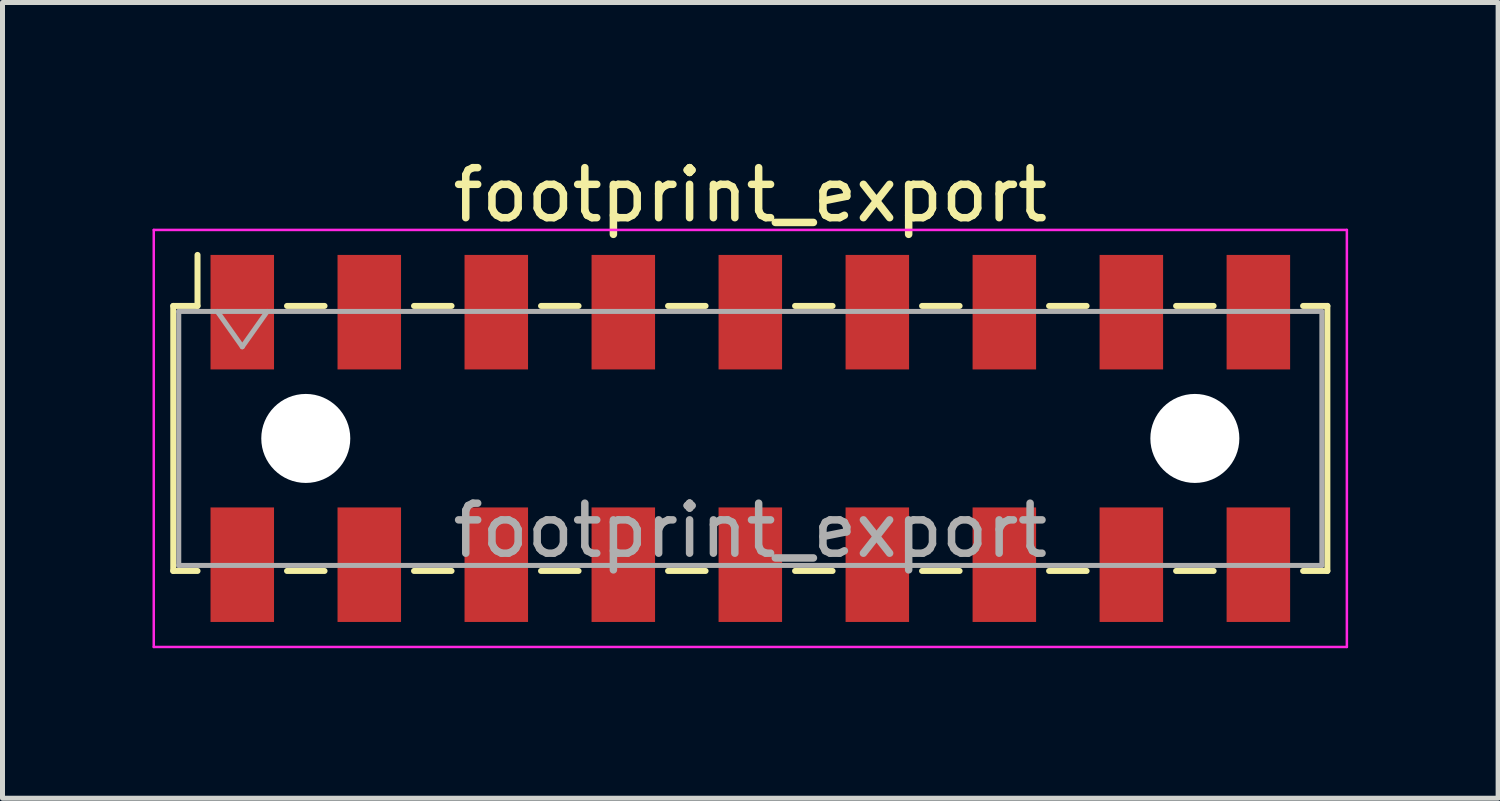
<source format=kicad_pcb>
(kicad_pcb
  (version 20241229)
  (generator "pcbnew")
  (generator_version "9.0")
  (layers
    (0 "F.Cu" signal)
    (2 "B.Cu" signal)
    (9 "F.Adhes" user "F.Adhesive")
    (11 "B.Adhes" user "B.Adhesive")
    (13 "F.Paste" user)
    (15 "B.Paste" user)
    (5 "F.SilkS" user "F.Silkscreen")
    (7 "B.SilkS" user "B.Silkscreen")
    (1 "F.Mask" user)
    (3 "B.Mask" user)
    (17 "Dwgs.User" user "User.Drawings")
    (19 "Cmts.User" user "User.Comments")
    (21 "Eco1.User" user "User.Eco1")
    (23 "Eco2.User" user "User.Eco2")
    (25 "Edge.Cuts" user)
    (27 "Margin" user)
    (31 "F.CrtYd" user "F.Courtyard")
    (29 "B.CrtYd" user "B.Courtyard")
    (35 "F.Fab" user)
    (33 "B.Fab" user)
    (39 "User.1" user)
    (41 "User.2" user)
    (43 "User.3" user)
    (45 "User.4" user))
  (footprint "footprint_export"
    (layer "F.Cu")
    (at 11.955 5.718)
    (property "Reference" "footprint_export" (at 0 -4.87 0) (layer "F.SilkS") (effects (font (size 1 1) (thickness 0.15))))
    (attr smd)
    (fp_line (start -11.54 -2.65) (end -11.54 2.65) (stroke (width 0.12) (type solid)) (layer "F.SilkS"))
    (fp_line (start -11.54 2.65) (end -11.055 2.65) (stroke (width 0.12) (type solid)) (layer "F.SilkS"))
    (fp_line (start -11.055 -3.67) (end -11.055 -2.65) (stroke (width 0.12) (type solid)) (layer "F.SilkS"))
    (fp_line (start -11.055 -2.65) (end -11.54 -2.65) (stroke (width 0.12) (type solid)) (layer "F.SilkS"))
    (fp_line (start -9.265 -2.65) (end -8.515 -2.65) (stroke (width 0.12) (type solid)) (layer "F.SilkS"))
    (fp_line (start -9.265 2.65) (end -8.515 2.65) (stroke (width 0.12) (type solid)) (layer "F.SilkS"))
    (fp_line (start -6.725 -2.65) (end -5.975 -2.65) (stroke (width 0.12) (type solid)) (layer "F.SilkS"))
    (fp_line (start -6.725 2.65) (end -5.975 2.65) (stroke (width 0.12) (type solid)) (layer "F.SilkS"))
    (fp_line (start -4.185 -2.65) (end -3.435 -2.65) (stroke (width 0.12) (type solid)) (layer "F.SilkS"))
    (fp_line (start -4.185 2.65) (end -3.435 2.65) (stroke (width 0.12) (type solid)) (layer "F.SilkS"))
    (fp_line (start -1.645 -2.65) (end -0.895 -2.65) (stroke (width 0.12) (type solid)) (layer "F.SilkS"))
    (fp_line (start -1.645 2.65) (end -0.895 2.65) (stroke (width 0.12) (type solid)) (layer "F.SilkS"))
    (fp_line (start 0.895 -2.65) (end 1.645 -2.65) (stroke (width 0.12) (type solid)) (layer "F.SilkS"))
    (fp_line (start 0.895 2.65) (end 1.645 2.65) (stroke (width 0.12) (type solid)) (layer "F.SilkS"))
    (fp_line (start 3.435 -2.65) (end 4.185 -2.65) (stroke (width 0.12) (type solid)) (layer "F.SilkS"))
    (fp_line (start 3.435 2.65) (end 4.185 2.65) (stroke (width 0.12) (type solid)) (layer "F.SilkS"))
    (fp_line (start 5.975 -2.65) (end 6.725 -2.65) (stroke (width 0.12) (type solid)) (layer "F.SilkS"))
    (fp_line (start 5.975 2.65) (end 6.725 2.65) (stroke (width 0.12) (type solid)) (layer "F.SilkS"))
    (fp_line (start 8.515 -2.65) (end 9.265 -2.65) (stroke (width 0.12) (type solid)) (layer "F.SilkS"))
    (fp_line (start 8.515 2.65) (end 9.265 2.65) (stroke (width 0.12) (type solid)) (layer "F.SilkS"))
    (fp_line (start 11.055 -2.65) (end 11.54 -2.65) (stroke (width 0.12) (type solid)) (layer "F.SilkS"))
    (fp_line (start 11.54 -2.65) (end 11.54 2.65) (stroke (width 0.12) (type solid)) (layer "F.SilkS"))
    (fp_line (start 11.54 2.65) (end 11.055 2.65) (stroke (width 0.12) (type solid)) (layer "F.SilkS"))
    (fp_line (start -11.93 -4.17) (end 11.93 -4.17) (stroke (width 0.05) (type solid)) (layer "F.CrtYd"))
    (fp_line (start -11.93 4.17) (end -11.93 -4.17) (stroke (width 0.05) (type solid)) (layer "F.CrtYd"))
    (fp_line (start 11.93 -4.17) (end 11.93 4.17) (stroke (width 0.05) (type solid)) (layer "F.CrtYd"))
    (fp_line (start 11.93 4.17) (end -11.93 4.17) (stroke (width 0.05) (type solid)) (layer "F.CrtYd"))
    (fp_line (start -11.43 -2.54) (end 11.43 -2.54) (stroke (width 0.1) (type solid)) (layer "F.Fab"))
    (fp_line (start -11.43 2.54) (end -11.43 -2.54) (stroke (width 0.1) (type solid)) (layer "F.Fab"))
    (fp_line (start -10.66 -2.54) (end -10.16 -1.833) (stroke (width 0.1) (type solid)) (layer "F.Fab"))
    (fp_line (start -10.16 -1.833) (end -9.66 -2.54) (stroke (width 0.1) (type solid)) (layer "F.Fab"))
    (fp_line (start 11.43 -2.54) (end 11.43 2.54) (stroke (width 0.1) (type solid)) (layer "F.Fab"))
    (fp_line (start 11.43 2.54) (end -11.43 2.54) (stroke (width 0.1) (type solid)) (layer "F.Fab"))
    (fp_text user "${REFERENCE}" (at 0 1.84 0) (layer "F.Fab") (effects (font (size 1 1) (thickness 0.15))))
    (pad "" np_thru_hole circle (at -8.89 0) (size 1.78 1.78) (drill 1.78) (layers "*.Cu" "*.Mask"))
    (pad "" np_thru_hole circle (at 8.89 0) (size 1.78 1.78) (drill 1.78) (layers "*.Cu" "*.Mask"))
    (pad "1" smd rect (at -10.16 -2.525) (size 1.27 2.29) (layers "F.Cu" "F.Mask" "F.Paste"))
    (pad "2" smd rect (at -10.16 2.525) (size 1.27 2.29) (layers "F.Cu" "F.Mask" "F.Paste"))
    (pad "3" smd rect (at -7.62 -2.525) (size 1.27 2.29) (layers "F.Cu" "F.Mask" "F.Paste"))
    (pad "4" smd rect (at -7.62 2.525) (size 1.27 2.29) (layers "F.Cu" "F.Mask" "F.Paste"))
    (pad "5" smd rect (at -5.08 -2.525) (size 1.27 2.29) (layers "F.Cu" "F.Mask" "F.Paste"))
    (pad "6" smd rect (at -5.08 2.525) (size 1.27 2.29) (layers "F.Cu" "F.Mask" "F.Paste"))
    (pad "7" smd rect (at -2.54 -2.525) (size 1.27 2.29) (layers "F.Cu" "F.Mask" "F.Paste"))
    (pad "8" smd rect (at -2.54 2.525) (size 1.27 2.29) (layers "F.Cu" "F.Mask" "F.Paste"))
    (pad "9" smd rect (at 0 -2.525) (size 1.27 2.29) (layers "F.Cu" "F.Mask" "F.Paste"))
    (pad "10" smd rect (at 0 2.525) (size 1.27 2.29) (layers "F.Cu" "F.Mask" "F.Paste"))
    (pad "11" smd rect (at 2.54 -2.525) (size 1.27 2.29) (layers "F.Cu" "F.Mask" "F.Paste"))
    (pad "12" smd rect (at 2.54 2.525) (size 1.27 2.29) (layers "F.Cu" "F.Mask" "F.Paste"))
    (pad "13" smd rect (at 5.08 -2.525) (size 1.27 2.29) (layers "F.Cu" "F.Mask" "F.Paste"))
    (pad "14" smd rect (at 5.08 2.525) (size 1.27 2.29) (layers "F.Cu" "F.Mask" "F.Paste"))
    (pad "15" smd rect (at 7.62 -2.525) (size 1.27 2.29) (layers "F.Cu" "F.Mask" "F.Paste"))
    (pad "16" smd rect (at 7.62 2.525) (size 1.27 2.29) (layers "F.Cu" "F.Mask" "F.Paste"))
    (pad "17" smd rect (at 10.16 -2.525) (size 1.27 2.29) (layers "F.Cu" "F.Mask" "F.Paste"))
    (pad "18" smd rect (at 10.16 2.525) (size 1.27 2.29) (layers "F.Cu" "F.Mask" "F.Paste")))
  (gr_rect
    (start -3 -3)
    (end 26.91 12.913)
    (stroke (width 0.1) (type default))
    (fill no)
    (layer "Edge.Cuts")))
</source>
